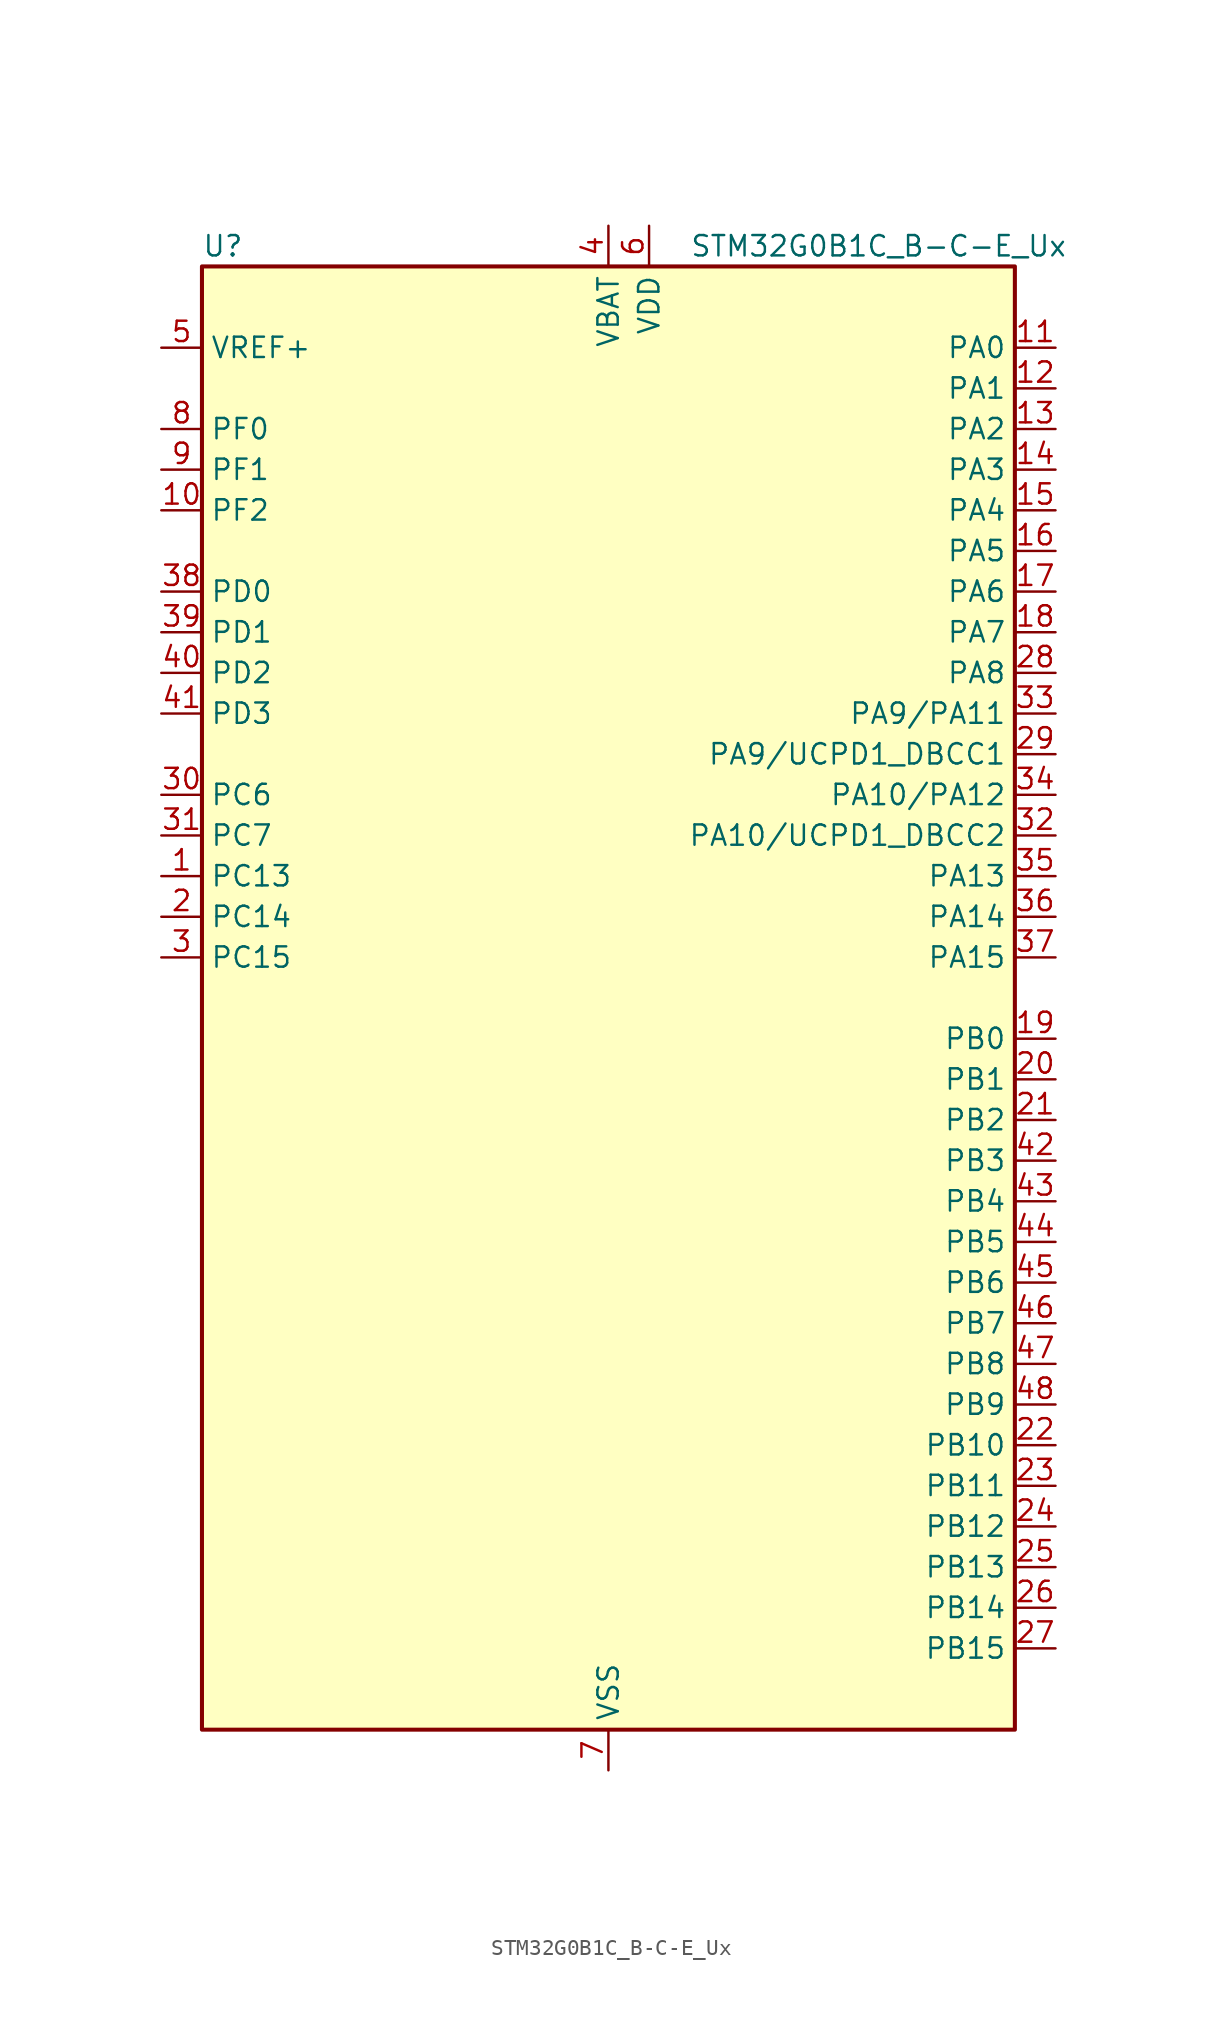
<source format=kicad_sym>
(kicad_symbol_lib
  (version 20241209)
  (generator "kicad_symbol_editor")
  (generator_version "9.0")
  (symbol "STM32G0B1C_B-C-E_Ux"
    (property "Reference" "U"
      (at -25.4 46.99 0)
      (effects (font (size 1.27 1.27)) (justify left)))
    (property "Value" "STM32G0B1C_B-C-E_Ux"
      (at 5.08 46.99 0)
      (effects (font (size 1.27 1.27)) (justify left)))
    (symbol "STM32G0B1C_B-C-E_Ux_0_1"
      (rectangle (start -25.4 -45.72) (end 25.4 45.72) (stroke (width 0.254) (type default)) (fill (type background))))
    (symbol "STM32G0B1C_B-C-E_Ux_1_1"
      (pin input line (at -27.94 40.64 0) (length 2.54) (name "VREF+" (effects (font (size 1.27 1.27)))) (number "5" (effects (font (size 1.27 1.27)))) (alternate "VREFBUF_OUT" bidirectional line))
      (pin bidirectional line (at -27.94 35.56 0) (length 2.54) (name "PF0" (effects (font (size 1.27 1.27)))) (number "8" (effects (font (size 1.27 1.27)))) (alternate "CRS1_SYNC" bidirectional line) (alternate "RCC_OSC_IN" bidirectional line) (alternate "TIM14_CH1" bidirectional line))
      (pin bidirectional line (at -27.94 33.02 0) (length 2.54) (name "PF1" (effects (font (size 1.27 1.27)))) (number "9" (effects (font (size 1.27 1.27)))) (alternate "RCC_OSC_EN" bidirectional line) (alternate "RCC_OSC_OUT" bidirectional line) (alternate "TIM15_CH1N" bidirectional line))
      (pin bidirectional line (at -27.94 30.48 0) (length 2.54) (name "PF2" (effects (font (size 1.27 1.27)))) (number "10" (effects (font (size 1.27 1.27)))) (alternate "LPUART2_DE" bidirectional line) (alternate "LPUART2_RTS" bidirectional line) (alternate "LPUART2_TX" bidirectional line) (alternate "RCC_MCO" bidirectional line))
      (pin bidirectional line (at -27.94 25.4 0) (length 2.54) (name "PD0" (effects (font (size 1.27 1.27)))) (number "38" (effects (font (size 1.27 1.27)))) (alternate "FDCAN1_RX" bidirectional line) (alternate "I2S2_WS" bidirectional line) (alternate "SPI2_NSS" bidirectional line) (alternate "TIM16_CH1" bidirectional line) (alternate "UCPD2_CC1" bidirectional line))
      (pin bidirectional line (at -27.94 22.86 0) (length 2.54) (name "PD1" (effects (font (size 1.27 1.27)))) (number "39" (effects (font (size 1.27 1.27)))) (alternate "FDCAN1_TX" bidirectional line) (alternate "I2S2_CK" bidirectional line) (alternate "SPI2_SCK" bidirectional line) (alternate "TIM17_CH1" bidirectional line) (alternate "UCPD2_DBCC1" bidirectional line))
      (pin bidirectional line (at -27.94 20.32 0) (length 2.54) (name "PD2" (effects (font (size 1.27 1.27)))) (number "40" (effects (font (size 1.27 1.27)))) (alternate "TIM1_CH1N" bidirectional line) (alternate "TIM3_ETR" bidirectional line) (alternate "UCPD2_CC2" bidirectional line) (alternate "USART3_CK" bidirectional line) (alternate "USART3_DE" bidirectional line) (alternate "USART3_RTS" bidirectional line) (alternate "USART5_RX" bidirectional line))
      (pin bidirectional line (at -27.94 17.78 0) (length 2.54) (name "PD3" (effects (font (size 1.27 1.27)))) (number "41" (effects (font (size 1.27 1.27)))) (alternate "I2S2_MCK" bidirectional line) (alternate "SPI2_MISO" bidirectional line) (alternate "TIM1_CH2N" bidirectional line) (alternate "UCPD2_DBCC2" bidirectional line) (alternate "USART2_CTS" bidirectional line) (alternate "USART2_NSS" bidirectional line) (alternate "USART5_TX" bidirectional line))
      (pin bidirectional line (at -27.94 12.7 0) (length 2.54) (name "PC6" (effects (font (size 1.27 1.27)))) (number "30" (effects (font (size 1.27 1.27)))) (alternate "LPUART2_TX" bidirectional line) (alternate "TIM2_CH3" bidirectional line) (alternate "TIM3_CH1" bidirectional line) (alternate "UCPD1_FRSTX1" bidirectional line) (alternate "UCPD1_FRSTX2" bidirectional line))
      (pin bidirectional line (at -27.94 10.16 0) (length 2.54) (name "PC7" (effects (font (size 1.27 1.27)))) (number "31" (effects (font (size 1.27 1.27)))) (alternate "LPUART2_RX" bidirectional line) (alternate "TIM2_CH4" bidirectional line) (alternate "TIM3_CH2" bidirectional line) (alternate "UCPD2_FRSTX1" bidirectional line) (alternate "UCPD2_FRSTX2" bidirectional line))
      (pin bidirectional line (at -27.94 7.62 0) (length 2.54) (name "PC13" (effects (font (size 1.27 1.27)))) (number "1" (effects (font (size 1.27 1.27)))) (alternate "RTC_OUT1" bidirectional line) (alternate "RTC_TAMP_IN1" bidirectional line) (alternate "RTC_TS" bidirectional line) (alternate "SYS_WKUP2" bidirectional line) (alternate "TIM1_BK" bidirectional line))
      (pin bidirectional line (at -27.94 5.08 0) (length 2.54) (name "PC14" (effects (font (size 1.27 1.27)))) (number "2" (effects (font (size 1.27 1.27)))) (alternate "RCC_OSC32_IN" bidirectional line) (alternate "TIM1_BK2" bidirectional line))
      (pin bidirectional line (at -27.94 2.54 0) (length 2.54) (name "PC15" (effects (font (size 1.27 1.27)))) (number "3" (effects (font (size 1.27 1.27)))) (alternate "RCC_OSC32_EN" bidirectional line) (alternate "RCC_OSC32_OUT" bidirectional line) (alternate "RCC_OSC_EN" bidirectional line) (alternate "TIM15_BK" bidirectional line))
      (pin power_in line (at 0 48.26 270) (length 2.54) (name "VBAT" (effects (font (size 1.27 1.27)))) (number "4" (effects (font (size 1.27 1.27)))))
      (pin passive line (at 0 -48.26 90) (length 2.54) (hide yes) (name "VSS" (effects (font (size 1.27 1.27)))) (number "49" (effects (font (size 1.27 1.27)))))
      (pin power_in line (at 0 -48.26 90) (length 2.54) (name "VSS" (effects (font (size 1.27 1.27)))) (number "7" (effects (font (size 1.27 1.27)))))
      (pin power_in line (at 2.54 48.26 270) (length 2.54) (name "VDD" (effects (font (size 1.27 1.27)))) (number "6" (effects (font (size 1.27 1.27)))))
      (pin bidirectional line (at 27.94 40.64 180) (length 2.54) (name "PA0" (effects (font (size 1.27 1.27)))) (number "11" (effects (font (size 1.27 1.27)))) (alternate "ADC1_IN0" bidirectional line) (alternate "COMP1_INM" bidirectional line) (alternate "COMP1_OUT" bidirectional line) (alternate "I2S2_CK" bidirectional line) (alternate "LPTIM1_OUT" bidirectional line) (alternate "RTC_TAMP_IN2" bidirectional line) (alternate "SPI2_SCK" bidirectional line) (alternate "SYS_WKUP1" bidirectional line) (alternate "TIM2_CH1" bidirectional line) (alternate "TIM2_ETR" bidirectional line) (alternate "UCPD2_FRSTX1" bidirectional line) (alternate "UCPD2_FRSTX2" bidirectional line) (alternate "USART2_CTS" bidirectional line) (alternate "USART2_NSS" bidirectional line) (alternate "USART4_TX" bidirectional line))
      (pin bidirectional line (at 27.94 38.1 180) (length 2.54) (name "PA1" (effects (font (size 1.27 1.27)))) (number "12" (effects (font (size 1.27 1.27)))) (alternate "ADC1_IN1" bidirectional line) (alternate "COMP1_INP" bidirectional line) (alternate "I2C1_SMBA" bidirectional line) (alternate "I2S1_CK" bidirectional line) (alternate "SPI1_SCK" bidirectional line) (alternate "TIM15_CH1N" bidirectional line) (alternate "TIM2_CH2" bidirectional line) (alternate "USART2_CK" bidirectional line) (alternate "USART2_DE" bidirectional line) (alternate "USART2_RTS" bidirectional line) (alternate "USART4_RX" bidirectional line))
      (pin bidirectional line (at 27.94 35.56 180) (length 2.54) (name "PA2" (effects (font (size 1.27 1.27)))) (number "13" (effects (font (size 1.27 1.27)))) (alternate "ADC1_IN2" bidirectional line) (alternate "COMP2_INM" bidirectional line) (alternate "COMP2_OUT" bidirectional line) (alternate "I2S1_SD" bidirectional line) (alternate "LPUART1_TX" bidirectional line) (alternate "RCC_LSCO" bidirectional line) (alternate "SPI1_MOSI" bidirectional line) (alternate "SYS_WKUP4" bidirectional line) (alternate "TIM15_CH1" bidirectional line) (alternate "TIM2_CH3" bidirectional line) (alternate "UCPD1_FRSTX1" bidirectional line) (alternate "UCPD1_FRSTX2" bidirectional line) (alternate "USART2_TX" bidirectional line))
      (pin bidirectional line (at 27.94 33.02 180) (length 2.54) (name "PA3" (effects (font (size 1.27 1.27)))) (number "14" (effects (font (size 1.27 1.27)))) (alternate "ADC1_IN3" bidirectional line) (alternate "COMP2_INP" bidirectional line) (alternate "I2S2_MCK" bidirectional line) (alternate "LPUART1_RX" bidirectional line) (alternate "SPI2_MISO" bidirectional line) (alternate "TIM15_CH2" bidirectional line) (alternate "TIM2_CH4" bidirectional line) (alternate "UCPD2_FRSTX1" bidirectional line) (alternate "UCPD2_FRSTX2" bidirectional line) (alternate "USART2_RX" bidirectional line))
      (pin bidirectional line (at 27.94 30.48 180) (length 2.54) (name "PA4" (effects (font (size 1.27 1.27)))) (number "15" (effects (font (size 1.27 1.27)))) (alternate "ADC1_IN4" bidirectional line) (alternate "DAC1_OUT1" bidirectional line) (alternate "I2S1_WS" bidirectional line) (alternate "I2S2_SD" bidirectional line) (alternate "LPTIM2_OUT" bidirectional line) (alternate "RTC_OUT2" bidirectional line) (alternate "SPI1_NSS" bidirectional line) (alternate "SPI2_MOSI" bidirectional line) (alternate "SPI3_NSS" bidirectional line) (alternate "TIM14_CH1" bidirectional line) (alternate "UCPD2_FRSTX1" bidirectional line) (alternate "UCPD2_FRSTX2" bidirectional line) (alternate "USART6_TX" bidirectional line) (alternate "USB_NOE" bidirectional line))
      (pin bidirectional line (at 27.94 27.94 180) (length 2.54) (name "PA5" (effects (font (size 1.27 1.27)))) (number "16" (effects (font (size 1.27 1.27)))) (alternate "ADC1_IN5" bidirectional line) (alternate "CEC" bidirectional line) (alternate "DAC1_OUT2" bidirectional line) (alternate "I2S1_CK" bidirectional line) (alternate "LPTIM2_ETR" bidirectional line) (alternate "SPI1_SCK" bidirectional line) (alternate "TIM2_CH1" bidirectional line) (alternate "TIM2_ETR" bidirectional line) (alternate "UCPD1_FRSTX1" bidirectional line) (alternate "UCPD1_FRSTX2" bidirectional line) (alternate "USART3_TX" bidirectional line) (alternate "USART6_RX" bidirectional line))
      (pin bidirectional line (at 27.94 25.4 180) (length 2.54) (name "PA6" (effects (font (size 1.27 1.27)))) (number "17" (effects (font (size 1.27 1.27)))) (alternate "ADC1_IN6" bidirectional line) (alternate "COMP1_OUT" bidirectional line) (alternate "I2C2_SDA" bidirectional line) (alternate "I2C3_SDA" bidirectional line) (alternate "I2S1_MCK" bidirectional line) (alternate "LPUART1_CTS" bidirectional line) (alternate "SPI1_MISO" bidirectional line) (alternate "TIM16_CH1" bidirectional line) (alternate "TIM1_BK" bidirectional line) (alternate "TIM3_CH1" bidirectional line) (alternate "USART3_CTS" bidirectional line) (alternate "USART3_NSS" bidirectional line) (alternate "USART6_CTS" bidirectional line) (alternate "USART6_NSS" bidirectional line))
      (pin bidirectional line (at 27.94 22.86 180) (length 2.54) (name "PA7" (effects (font (size 1.27 1.27)))) (number "18" (effects (font (size 1.27 1.27)))) (alternate "ADC1_IN7" bidirectional line) (alternate "COMP2_OUT" bidirectional line) (alternate "I2C2_SCL" bidirectional line) (alternate "I2C3_SCL" bidirectional line) (alternate "I2S1_SD" bidirectional line) (alternate "SPI1_MOSI" bidirectional line) (alternate "TIM14_CH1" bidirectional line) (alternate "TIM17_CH1" bidirectional line) (alternate "TIM1_CH1N" bidirectional line) (alternate "TIM3_CH2" bidirectional line) (alternate "UCPD1_FRSTX1" bidirectional line) (alternate "UCPD1_FRSTX2" bidirectional line) (alternate "USART6_CK" bidirectional line) (alternate "USART6_DE" bidirectional line) (alternate "USART6_RTS" bidirectional line))
      (pin bidirectional line (at 27.94 20.32 180) (length 2.54) (name "PA8" (effects (font (size 1.27 1.27)))) (number "28" (effects (font (size 1.27 1.27)))) (alternate "CRS1_SYNC" bidirectional line) (alternate "I2C2_SMBA" bidirectional line) (alternate "I2S2_WS" bidirectional line) (alternate "LPTIM2_OUT" bidirectional line) (alternate "RCC_MCO" bidirectional line) (alternate "SPI2_NSS" bidirectional line) (alternate "TIM1_CH1" bidirectional line) (alternate "UCPD1_CC1" bidirectional line))
      (pin bidirectional line (at 27.94 17.78 180) (length 2.54) (name "PA9/PA11" (effects (font (size 1.27 1.27)))) (number "33" (effects (font (size 1.27 1.27)))) (alternate "ADC1_EXTI11 (PA11)" bidirectional line) (alternate "COMP1_OUT (PA11)" bidirectional line) (alternate "DAC1_EXTI9 (PA9)" bidirectional line) (alternate "FDCAN1_RX (PA11)" bidirectional line) (alternate "I2C1_SCL (PA9)" bidirectional line) (alternate "I2C2_SCL (PA11)" bidirectional line) (alternate "I2C2_SCL (PA9)" bidirectional line) (alternate "I2S1_MCK (PA11)" bidirectional line) (alternate "I2S2_MCK (PA9)" bidirectional line) (alternate "PA11" bidirectional line) (alternate "PA9" bidirectional line) (alternate "RCC_MCO (PA9)" bidirectional line) (alternate "SPI1_MISO (PA11)" bidirectional line) (alternate "SPI2_MISO (PA9)" bidirectional line) (alternate "TIM15_BK (PA9)" bidirectional line) (alternate "TIM1_BK2 (PA11)" bidirectional line) (alternate "TIM1_CH2 (PA9)" bidirectional line) (alternate "TIM1_CH4 (PA11)" bidirectional line) (alternate "UCPD1_DBCC1 (PA9)" bidirectional line) (alternate "USART1_CTS (PA11)" bidirectional line) (alternate "USART1_NSS (PA11)" bidirectional line) (alternate "USART1_TX (PA9)" bidirectional line) (alternate "USB_DM (PA11)" bidirectional line))
      (pin bidirectional line (at 27.94 15.24 180) (length 2.54) (name "PA9/UCPD1_DBCC1" (effects (font (size 1.27 1.27)))) (number "29" (effects (font (size 1.27 1.27)))) (alternate "DAC1_EXTI9 (PA9)" bidirectional line) (alternate "I2C1_SCL (PA9)" bidirectional line) (alternate "I2C2_SCL (PA9)" bidirectional line) (alternate "I2S2_MCK (PA9)" bidirectional line) (alternate "PA9" bidirectional line) (alternate "RCC_MCO (PA9)" bidirectional line) (alternate "SPI2_MISO (PA9)" bidirectional line) (alternate "TIM15_BK (PA9)" bidirectional line) (alternate "TIM1_CH2 (PA9)" bidirectional line) (alternate "UCPD1_DBCC1" bidirectional line) (alternate "UCPD1_DBCC1 (PA9)" bidirectional line) (alternate "UCPD1_DBCC1 (UCPD1_DBCC1)" bidirectional line) (alternate "USART1_TX (PA9)" bidirectional line))
      (pin bidirectional line (at 27.94 12.7 180) (length 2.54) (name "PA10/PA12" (effects (font (size 1.27 1.27)))) (number "34" (effects (font (size 1.27 1.27)))) (alternate "COMP2_OUT (PA12)" bidirectional line) (alternate "FDCAN1_TX (PA12)" bidirectional line) (alternate "I2C1_SDA (PA10)" bidirectional line) (alternate "I2C2_SDA (PA10)" bidirectional line) (alternate "I2C2_SDA (PA12)" bidirectional line) (alternate "I2S1_SD (PA12)" bidirectional line) (alternate "I2S2_SD (PA10)" bidirectional line) (alternate "I2S_CKIN (PA12)" bidirectional line) (alternate "PA10" bidirectional line) (alternate "PA12" bidirectional line) (alternate "RCC_MCO_2 (PA10)" bidirectional line) (alternate "SPI1_MOSI (PA12)" bidirectional line) (alternate "SPI2_MOSI (PA10)" bidirectional line) (alternate "TIM17_BK (PA10)" bidirectional line) (alternate "TIM1_CH3 (PA10)" bidirectional line) (alternate "TIM1_ETR (PA12)" bidirectional line) (alternate "UCPD1_DBCC2 (PA10)" bidirectional line) (alternate "USART1_CK (PA12)" bidirectional line) (alternate "USART1_DE (PA12)" bidirectional line) (alternate "USART1_RTS (PA12)" bidirectional line) (alternate "USART1_RX (PA10)" bidirectional line) (alternate "USB_DP (PA12)" bidirectional line))
      (pin bidirectional line (at 27.94 10.16 180) (length 2.54) (name "PA10/UCPD1_DBCC2" (effects (font (size 1.27 1.27)))) (number "32" (effects (font (size 1.27 1.27)))) (alternate "I2C1_SDA (PA10)" bidirectional line) (alternate "I2C2_SDA (PA10)" bidirectional line) (alternate "I2S2_SD (PA10)" bidirectional line) (alternate "PA10" bidirectional line) (alternate "RCC_MCO_2 (PA10)" bidirectional line) (alternate "SPI2_MOSI (PA10)" bidirectional line) (alternate "TIM17_BK (PA10)" bidirectional line) (alternate "TIM1_CH3 (PA10)" bidirectional line) (alternate "UCPD1_DBCC2" bidirectional line) (alternate "UCPD1_DBCC2 (PA10)" bidirectional line) (alternate "UCPD1_DBCC2 (UCPD1_DBCC2)" bidirectional line) (alternate "USART1_RX (PA10)" bidirectional line))
      (pin bidirectional line (at 27.94 7.62 180) (length 2.54) (name "PA13" (effects (font (size 1.27 1.27)))) (number "35" (effects (font (size 1.27 1.27)))) (alternate "IR_OUT" bidirectional line) (alternate "LPUART2_RX" bidirectional line) (alternate "SYS_SWDIO" bidirectional line) (alternate "USB_NOE" bidirectional line))
      (pin bidirectional line (at 27.94 5.08 180) (length 2.54) (name "PA14" (effects (font (size 1.27 1.27)))) (number "36" (effects (font (size 1.27 1.27)))) (alternate "LPUART2_TX" bidirectional line) (alternate "SYS_SWCLK" bidirectional line) (alternate "USART2_TX" bidirectional line))
      (pin bidirectional line (at 27.94 2.54 180) (length 2.54) (name "PA15" (effects (font (size 1.27 1.27)))) (number "37" (effects (font (size 1.27 1.27)))) (alternate "I2C2_SMBA" bidirectional line) (alternate "I2S1_WS" bidirectional line) (alternate "RCC_MCO_2" bidirectional line) (alternate "SPI1_NSS" bidirectional line) (alternate "SPI3_NSS" bidirectional line) (alternate "TIM2_CH1" bidirectional line) (alternate "TIM2_ETR" bidirectional line) (alternate "USART2_RX" bidirectional line) (alternate "USART3_CK" bidirectional line) (alternate "USART3_DE" bidirectional line) (alternate "USART3_RTS" bidirectional line) (alternate "USART4_CK" bidirectional line) (alternate "USART4_DE" bidirectional line) (alternate "USART4_RTS" bidirectional line) (alternate "USB_NOE" bidirectional line))
      (pin bidirectional line (at 27.94 -2.54 180) (length 2.54) (name "PB0" (effects (font (size 1.27 1.27)))) (number "19" (effects (font (size 1.27 1.27)))) (alternate "ADC1_IN8" bidirectional line) (alternate "COMP1_OUT" bidirectional line) (alternate "COMP3_INP" bidirectional line) (alternate "FDCAN2_RX" bidirectional line) (alternate "I2S1_WS" bidirectional line) (alternate "LPTIM1_OUT" bidirectional line) (alternate "LPUART2_CTS" bidirectional line) (alternate "SPI1_NSS" bidirectional line) (alternate "TIM1_CH2N" bidirectional line) (alternate "TIM3_CH3" bidirectional line) (alternate "UCPD1_FRSTX1" bidirectional line) (alternate "UCPD1_FRSTX2" bidirectional line) (alternate "USART3_RX" bidirectional line) (alternate "USART5_TX" bidirectional line))
      (pin bidirectional line (at 27.94 -5.08 180) (length 2.54) (name "PB1" (effects (font (size 1.27 1.27)))) (number "20" (effects (font (size 1.27 1.27)))) (alternate "ADC1_IN9" bidirectional line) (alternate "COMP1_INM" bidirectional line) (alternate "COMP3_OUT" bidirectional line) (alternate "FDCAN2_TX" bidirectional line) (alternate "LPTIM2_IN1" bidirectional line) (alternate "LPUART1_DE" bidirectional line) (alternate "LPUART1_RTS" bidirectional line) (alternate "LPUART2_DE" bidirectional line) (alternate "LPUART2_RTS" bidirectional line) (alternate "TIM14_CH1" bidirectional line) (alternate "TIM1_CH3N" bidirectional line) (alternate "TIM3_CH4" bidirectional line) (alternate "USART3_CK" bidirectional line) (alternate "USART3_DE" bidirectional line) (alternate "USART3_RTS" bidirectional line) (alternate "USART5_RX" bidirectional line))
      (pin bidirectional line (at 27.94 -7.62 180) (length 2.54) (name "PB2" (effects (font (size 1.27 1.27)))) (number "21" (effects (font (size 1.27 1.27)))) (alternate "ADC1_IN10" bidirectional line) (alternate "COMP1_INP" bidirectional line) (alternate "COMP3_INM" bidirectional line) (alternate "I2S2_MCK" bidirectional line) (alternate "LPTIM1_OUT" bidirectional line) (alternate "RCC_MCO_2" bidirectional line) (alternate "SPI2_MISO" bidirectional line) (alternate "USART3_TX" bidirectional line))
      (pin bidirectional line (at 27.94 -10.16 180) (length 2.54) (name "PB3" (effects (font (size 1.27 1.27)))) (number "42" (effects (font (size 1.27 1.27)))) (alternate "COMP2_INM" bidirectional line) (alternate "I2C2_SCL" bidirectional line) (alternate "I2C3_SCL" bidirectional line) (alternate "I2S1_CK" bidirectional line) (alternate "SPI1_SCK" bidirectional line) (alternate "SPI3_SCK" bidirectional line) (alternate "TIM1_CH2" bidirectional line) (alternate "TIM2_CH2" bidirectional line) (alternate "USART1_CK" bidirectional line) (alternate "USART1_DE" bidirectional line) (alternate "USART1_RTS" bidirectional line) (alternate "USART5_TX" bidirectional line))
      (pin bidirectional line (at 27.94 -12.7 180) (length 2.54) (name "PB4" (effects (font (size 1.27 1.27)))) (number "43" (effects (font (size 1.27 1.27)))) (alternate "COMP2_INP" bidirectional line) (alternate "I2C2_SDA" bidirectional line) (alternate "I2C3_SDA" bidirectional line) (alternate "I2S1_MCK" bidirectional line) (alternate "SPI1_MISO" bidirectional line) (alternate "SPI3_MISO" bidirectional line) (alternate "TIM17_BK" bidirectional line) (alternate "TIM3_CH1" bidirectional line) (alternate "USART1_CTS" bidirectional line) (alternate "USART1_NSS" bidirectional line) (alternate "USART5_RX" bidirectional line))
      (pin bidirectional line (at 27.94 -15.24 180) (length 2.54) (name "PB5" (effects (font (size 1.27 1.27)))) (number "44" (effects (font (size 1.27 1.27)))) (alternate "COMP2_OUT" bidirectional line) (alternate "FDCAN2_RX" bidirectional line) (alternate "I2C1_SMBA" bidirectional line) (alternate "I2S1_SD" bidirectional line) (alternate "LPTIM1_IN1" bidirectional line) (alternate "SPI1_MOSI" bidirectional line) (alternate "SPI3_MOSI" bidirectional line) (alternate "SYS_WKUP6" bidirectional line) (alternate "TIM16_BK" bidirectional line) (alternate "TIM3_CH2" bidirectional line) (alternate "USART5_CK" bidirectional line) (alternate "USART5_DE" bidirectional line) (alternate "USART5_RTS" bidirectional line))
      (pin bidirectional line (at 27.94 -17.78 180) (length 2.54) (name "PB6" (effects (font (size 1.27 1.27)))) (number "45" (effects (font (size 1.27 1.27)))) (alternate "COMP2_INP" bidirectional line) (alternate "FDCAN2_TX" bidirectional line) (alternate "I2C1_SCL" bidirectional line) (alternate "I2S2_MCK" bidirectional line) (alternate "LPTIM1_ETR" bidirectional line) (alternate "LPUART2_TX" bidirectional line) (alternate "SPI2_MISO" bidirectional line) (alternate "TIM16_CH1N" bidirectional line) (alternate "TIM1_CH3" bidirectional line) (alternate "TIM4_CH1" bidirectional line) (alternate "USART1_TX" bidirectional line) (alternate "USART5_CTS" bidirectional line) (alternate "USART5_NSS" bidirectional line))
      (pin bidirectional line (at 27.94 -20.32 180) (length 2.54) (name "PB7" (effects (font (size 1.27 1.27)))) (number "46" (effects (font (size 1.27 1.27)))) (alternate "COMP2_INM" bidirectional line) (alternate "I2C1_SDA" bidirectional line) (alternate "I2S2_SD" bidirectional line) (alternate "LPTIM1_IN2" bidirectional line) (alternate "LPUART2_RX" bidirectional line) (alternate "SPI2_MOSI" bidirectional line) (alternate "SYS_PVD_IN" bidirectional line) (alternate "TIM17_CH1N" bidirectional line) (alternate "TIM4_CH2" bidirectional line) (alternate "USART1_RX" bidirectional line) (alternate "USART4_CTS" bidirectional line) (alternate "USART4_NSS" bidirectional line))
      (pin bidirectional line (at 27.94 -22.86 180) (length 2.54) (name "PB8" (effects (font (size 1.27 1.27)))) (number "47" (effects (font (size 1.27 1.27)))) (alternate "CEC" bidirectional line) (alternate "FDCAN1_RX" bidirectional line) (alternate "I2C1_SCL" bidirectional line) (alternate "I2S2_CK" bidirectional line) (alternate "SPI2_SCK" bidirectional line) (alternate "TIM15_BK" bidirectional line) (alternate "TIM16_CH1" bidirectional line) (alternate "TIM4_CH3" bidirectional line) (alternate "USART3_TX" bidirectional line) (alternate "USART6_TX" bidirectional line))
      (pin bidirectional line (at 27.94 -25.4 180) (length 2.54) (name "PB9" (effects (font (size 1.27 1.27)))) (number "48" (effects (font (size 1.27 1.27)))) (alternate "DAC1_EXTI9" bidirectional line) (alternate "FDCAN1_TX" bidirectional line) (alternate "I2C1_SDA" bidirectional line) (alternate "I2S2_WS" bidirectional line) (alternate "IR_OUT" bidirectional line) (alternate "SPI2_NSS" bidirectional line) (alternate "TIM17_CH1" bidirectional line) (alternate "TIM4_CH4" bidirectional line) (alternate "UCPD2_FRSTX1" bidirectional line) (alternate "UCPD2_FRSTX2" bidirectional line) (alternate "USART3_RX" bidirectional line) (alternate "USART6_RX" bidirectional line))
      (pin bidirectional line (at 27.94 -27.94 180) (length 2.54) (name "PB10" (effects (font (size 1.27 1.27)))) (number "22" (effects (font (size 1.27 1.27)))) (alternate "ADC1_IN11" bidirectional line) (alternate "CEC" bidirectional line) (alternate "COMP1_OUT" bidirectional line) (alternate "I2C2_SCL" bidirectional line) (alternate "I2S2_CK" bidirectional line) (alternate "LPUART1_RX" bidirectional line) (alternate "SPI2_SCK" bidirectional line) (alternate "TIM2_CH3" bidirectional line) (alternate "USART3_TX" bidirectional line))
      (pin bidirectional line (at 27.94 -30.48 180) (length 2.54) (name "PB11" (effects (font (size 1.27 1.27)))) (number "23" (effects (font (size 1.27 1.27)))) (alternate "ADC1_EXTI11" bidirectional line) (alternate "ADC1_IN15" bidirectional line) (alternate "COMP2_OUT" bidirectional line) (alternate "I2C2_SDA" bidirectional line) (alternate "I2S2_SD" bidirectional line) (alternate "LPUART1_TX" bidirectional line) (alternate "SPI2_MOSI" bidirectional line) (alternate "TIM2_CH4" bidirectional line) (alternate "USART3_RX" bidirectional line))
      (pin bidirectional line (at 27.94 -33.02 180) (length 2.54) (name "PB12" (effects (font (size 1.27 1.27)))) (number "24" (effects (font (size 1.27 1.27)))) (alternate "ADC1_IN16" bidirectional line) (alternate "FDCAN2_RX" bidirectional line) (alternate "I2C2_SMBA" bidirectional line) (alternate "I2S2_WS" bidirectional line) (alternate "LPUART1_DE" bidirectional line) (alternate "LPUART1_RTS" bidirectional line) (alternate "SPI2_NSS" bidirectional line) (alternate "TIM15_BK" bidirectional line) (alternate "TIM1_BK" bidirectional line) (alternate "UCPD2_FRSTX1" bidirectional line) (alternate "UCPD2_FRSTX2" bidirectional line))
      (pin bidirectional line (at 27.94 -35.56 180) (length 2.54) (name "PB13" (effects (font (size 1.27 1.27)))) (number "25" (effects (font (size 1.27 1.27)))) (alternate "FDCAN2_TX" bidirectional line) (alternate "I2C2_SCL" bidirectional line) (alternate "I2S2_CK" bidirectional line) (alternate "LPUART1_CTS" bidirectional line) (alternate "SPI2_SCK" bidirectional line) (alternate "TIM15_CH1N" bidirectional line) (alternate "TIM1_CH1N" bidirectional line) (alternate "USART3_CTS" bidirectional line) (alternate "USART3_NSS" bidirectional line))
      (pin bidirectional line (at 27.94 -38.1 180) (length 2.54) (name "PB14" (effects (font (size 1.27 1.27)))) (number "26" (effects (font (size 1.27 1.27)))) (alternate "I2C2_SDA" bidirectional line) (alternate "I2S2_MCK" bidirectional line) (alternate "SPI2_MISO" bidirectional line) (alternate "TIM15_CH1" bidirectional line) (alternate "TIM1_CH2N" bidirectional line) (alternate "UCPD1_FRSTX1" bidirectional line) (alternate "UCPD1_FRSTX2" bidirectional line) (alternate "USART3_CK" bidirectional line) (alternate "USART3_DE" bidirectional line) (alternate "USART3_RTS" bidirectional line) (alternate "USART6_CK" bidirectional line) (alternate "USART6_DE" bidirectional line) (alternate "USART6_RTS" bidirectional line))
      (pin bidirectional line (at 27.94 -40.64 180) (length 2.54) (name "PB15" (effects (font (size 1.27 1.27)))) (number "27" (effects (font (size 1.27 1.27)))) (alternate "I2S2_SD" bidirectional line) (alternate "RTC_REFIN" bidirectional line) (alternate "SPI2_MOSI" bidirectional line) (alternate "TIM15_CH1N" bidirectional line) (alternate "TIM15_CH2" bidirectional line) (alternate "TIM1_CH3N" bidirectional line) (alternate "UCPD1_CC2" bidirectional line) (alternate "USART6_CTS" bidirectional line) (alternate "USART6_NSS" bidirectional line)))))
</source>
